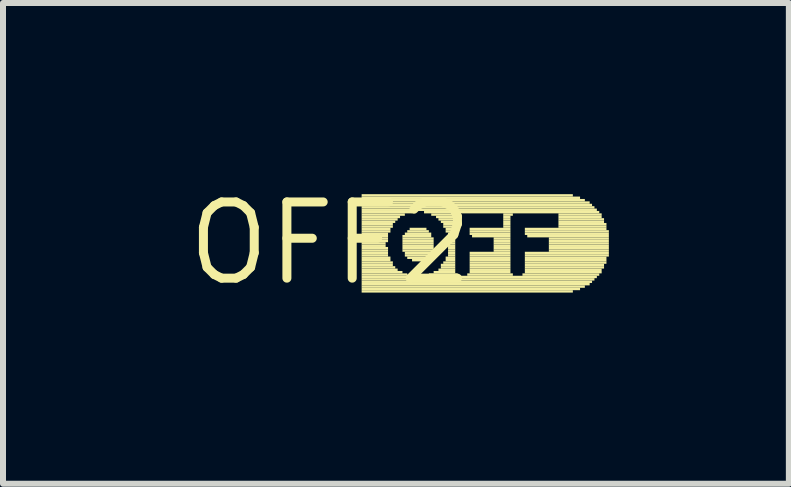
<source format=kicad_pcb>
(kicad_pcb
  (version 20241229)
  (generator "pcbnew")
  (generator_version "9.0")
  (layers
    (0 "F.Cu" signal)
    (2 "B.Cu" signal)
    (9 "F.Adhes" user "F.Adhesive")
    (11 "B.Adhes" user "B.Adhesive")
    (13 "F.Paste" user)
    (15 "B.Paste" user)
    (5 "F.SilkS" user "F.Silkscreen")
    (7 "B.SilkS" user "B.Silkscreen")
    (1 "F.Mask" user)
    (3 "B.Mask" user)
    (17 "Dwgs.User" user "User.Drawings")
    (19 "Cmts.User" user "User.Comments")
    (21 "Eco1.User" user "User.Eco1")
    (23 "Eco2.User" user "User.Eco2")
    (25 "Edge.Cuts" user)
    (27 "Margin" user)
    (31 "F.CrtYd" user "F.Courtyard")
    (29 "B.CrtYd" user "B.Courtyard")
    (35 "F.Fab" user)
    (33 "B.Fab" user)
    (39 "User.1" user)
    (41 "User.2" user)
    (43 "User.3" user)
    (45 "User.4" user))
  (footprint "OFF2"
    (layer "F.Cu")
    (at 2.457 1.006)
    (property "Reference" "OFF2" (at 0 0 0) (layer "F.SilkS") (effects (font (size 1.27 1.27) (thickness 0.15))))
    (fp_poly (pts (xy 0.52 -0.78) (xy 4.04 -0.78) (xy 4.04 -0.82) (xy 0.52 -0.82)) (stroke (width 0) (type default)) (fill yes) (layer "F.SilkS"))
    (fp_poly (pts (xy 0.52 -0.74) (xy 4.16 -0.74) (xy 4.16 -0.78) (xy 0.52 -0.78)) (stroke (width 0) (type default)) (fill yes) (layer "F.SilkS"))
    (fp_poly (pts (xy 0.52 -0.7) (xy 4.24 -0.7) (xy 4.24 -0.74) (xy 0.52 -0.74)) (stroke (width 0) (type default)) (fill yes) (layer "F.SilkS"))
    (fp_poly (pts (xy 0.52 -0.66) (xy 4.32 -0.66) (xy 4.32 -0.7) (xy 0.52 -0.7)) (stroke (width 0) (type default)) (fill yes) (layer "F.SilkS"))
    (fp_poly (pts (xy 0.52 -0.62) (xy 4.36 -0.62) (xy 4.36 -0.66) (xy 0.52 -0.66)) (stroke (width 0) (type default)) (fill yes) (layer "F.SilkS"))
    (fp_poly (pts (xy 0.52 -0.58) (xy 4.4 -0.58) (xy 4.4 -0.62) (xy 0.52 -0.62)) (stroke (width 0) (type default)) (fill yes) (layer "F.SilkS"))
    (fp_poly (pts (xy 0.52 -0.54) (xy 4.44 -0.54) (xy 4.44 -0.58) (xy 0.52 -0.58)) (stroke (width 0) (type default)) (fill yes) (layer "F.SilkS"))
    (fp_poly (pts (xy 0.52 -0.5) (xy 1.36 -0.5) (xy 1.36 -0.54) (xy 0.52 -0.54)) (stroke (width 0) (type default)) (fill yes) (layer "F.SilkS"))
    (fp_poly (pts (xy 0.52 -0.46) (xy 1.24 -0.46) (xy 1.24 -0.5) (xy 0.52 -0.5)) (stroke (width 0) (type default)) (fill yes) (layer "F.SilkS"))
    (fp_poly (pts (xy 0.52 -0.42) (xy 1.16 -0.42) (xy 1.16 -0.46) (xy 0.52 -0.46)) (stroke (width 0) (type default)) (fill yes) (layer "F.SilkS"))
    (fp_poly (pts (xy 0.52 -0.38) (xy 1.12 -0.38) (xy 1.12 -0.42) (xy 0.52 -0.42)) (stroke (width 0) (type default)) (fill yes) (layer "F.SilkS"))
    (fp_poly (pts (xy 0.52 -0.34) (xy 1.08 -0.34) (xy 1.08 -0.38) (xy 0.52 -0.38)) (stroke (width 0) (type default)) (fill yes) (layer "F.SilkS"))
    (fp_poly (pts (xy 0.52 -0.3) (xy 1.04 -0.3) (xy 1.04 -0.34) (xy 0.52 -0.34)) (stroke (width 0) (type default)) (fill yes) (layer "F.SilkS"))
    (fp_poly (pts (xy 0.52 -0.26) (xy 1.04 -0.26) (xy 1.04 -0.3) (xy 0.52 -0.3)) (stroke (width 0) (type default)) (fill yes) (layer "F.SilkS"))
    (fp_poly (pts (xy 0.52 -0.22) (xy 1 -0.22) (xy 1 -0.26) (xy 0.52 -0.26)) (stroke (width 0) (type default)) (fill yes) (layer "F.SilkS"))
    (fp_poly (pts (xy 0.52 -0.18) (xy 1 -0.18) (xy 1 -0.22) (xy 0.52 -0.22)) (stroke (width 0) (type default)) (fill yes) (layer "F.SilkS"))
    (fp_poly (pts (xy 0.52 -0.14) (xy 0.96 -0.14) (xy 0.96 -0.18) (xy 0.52 -0.18)) (stroke (width 0) (type default)) (fill yes) (layer "F.SilkS"))
    (fp_poly (pts (xy 0.52 -0.1) (xy 0.96 -0.1) (xy 0.96 -0.14) (xy 0.52 -0.14)) (stroke (width 0) (type default)) (fill yes) (layer "F.SilkS"))
    (fp_poly (pts (xy 0.52 -0.06) (xy 0.96 -0.06) (xy 0.96 -0.1) (xy 0.52 -0.1)) (stroke (width 0) (type default)) (fill yes) (layer "F.SilkS"))
    (fp_poly (pts (xy 0.52 -0.02) (xy 0.96 -0.02) (xy 0.96 -0.06) (xy 0.52 -0.06)) (stroke (width 0) (type default)) (fill yes) (layer "F.SilkS"))
    (fp_poly (pts (xy 0.52 0.02) (xy 0.92 0.02) (xy 0.92 -0.02) (xy 0.52 -0.02)) (stroke (width 0) (type default)) (fill yes) (layer "F.SilkS"))
    (fp_poly (pts (xy 0.52 0.06) (xy 0.92 0.06) (xy 0.92 0.02) (xy 0.52 0.02)) (stroke (width 0) (type default)) (fill yes) (layer "F.SilkS"))
    (fp_poly (pts (xy 0.52 0.1) (xy 0.96 0.1) (xy 0.96 0.06) (xy 0.52 0.06)) (stroke (width 0) (type default)) (fill yes) (layer "F.SilkS"))
    (fp_poly (pts (xy 0.52 0.14) (xy 0.96 0.14) (xy 0.96 0.1) (xy 0.52 0.1)) (stroke (width 0) (type default)) (fill yes) (layer "F.SilkS"))
    (fp_poly (pts (xy 0.52 0.18) (xy 0.96 0.18) (xy 0.96 0.14) (xy 0.52 0.14)) (stroke (width 0) (type default)) (fill yes) (layer "F.SilkS"))
    (fp_poly (pts (xy 0.52 0.22) (xy 0.96 0.22) (xy 0.96 0.18) (xy 0.52 0.18)) (stroke (width 0) (type default)) (fill yes) (layer "F.SilkS"))
    (fp_poly (pts (xy 0.52 0.26) (xy 1 0.26) (xy 1 0.22) (xy 0.52 0.22)) (stroke (width 0) (type default)) (fill yes) (layer "F.SilkS"))
    (fp_poly (pts (xy 0.52 0.3) (xy 1 0.3) (xy 1 0.26) (xy 0.52 0.26)) (stroke (width 0) (type default)) (fill yes) (layer "F.SilkS"))
    (fp_poly (pts (xy 0.52 0.34) (xy 1.04 0.34) (xy 1.04 0.3) (xy 0.52 0.3)) (stroke (width 0) (type default)) (fill yes) (layer "F.SilkS"))
    (fp_poly (pts (xy 0.52 0.38) (xy 1.04 0.38) (xy 1.04 0.34) (xy 0.52 0.34)) (stroke (width 0) (type default)) (fill yes) (layer "F.SilkS"))
    (fp_poly (pts (xy 0.52 0.42) (xy 1.08 0.42) (xy 1.08 0.38) (xy 0.52 0.38)) (stroke (width 0) (type default)) (fill yes) (layer "F.SilkS"))
    (fp_poly (pts (xy 0.52 0.46) (xy 1.12 0.46) (xy 1.12 0.42) (xy 0.52 0.42)) (stroke (width 0) (type default)) (fill yes) (layer "F.SilkS"))
    (fp_poly (pts (xy 0.52 0.5) (xy 1.2 0.5) (xy 1.2 0.46) (xy 0.52 0.46)) (stroke (width 0) (type default)) (fill yes) (layer "F.SilkS"))
    (fp_poly (pts (xy 0.52 0.54) (xy 1.28 0.54) (xy 1.28 0.5) (xy 0.52 0.5)) (stroke (width 0) (type default)) (fill yes) (layer "F.SilkS"))
    (fp_poly (pts (xy 0.52 0.58) (xy 4.44 0.58) (xy 4.44 0.54) (xy 0.52 0.54)) (stroke (width 0) (type default)) (fill yes) (layer "F.SilkS"))
    (fp_poly (pts (xy 0.52 0.62) (xy 4.4 0.62) (xy 4.4 0.58) (xy 0.52 0.58)) (stroke (width 0) (type default)) (fill yes) (layer "F.SilkS"))
    (fp_poly (pts (xy 0.52 0.66) (xy 4.36 0.66) (xy 4.36 0.62) (xy 0.52 0.62)) (stroke (width 0) (type default)) (fill yes) (layer "F.SilkS"))
    (fp_poly (pts (xy 0.52 0.7) (xy 4.32 0.7) (xy 4.32 0.66) (xy 0.52 0.66)) (stroke (width 0) (type default)) (fill yes) (layer "F.SilkS"))
    (fp_poly (pts (xy 0.52 0.74) (xy 4.24 0.74) (xy 4.24 0.7) (xy 0.52 0.7)) (stroke (width 0) (type default)) (fill yes) (layer "F.SilkS"))
    (fp_poly (pts (xy 0.52 0.78) (xy 4.16 0.78) (xy 4.16 0.74) (xy 0.52 0.74)) (stroke (width 0) (type default)) (fill yes) (layer "F.SilkS"))
    (fp_poly (pts (xy 0.52 0.82) (xy 4.04 0.82) (xy 4.04 0.78) (xy 0.52 0.78)) (stroke (width 0) (type default)) (fill yes) (layer "F.SilkS"))
    (fp_poly (pts (xy 1.2 -0.1) (xy 1.68 -0.1) (xy 1.68 -0.14) (xy 1.2 -0.14)) (stroke (width 0) (type default)) (fill yes) (layer "F.SilkS"))
    (fp_poly (pts (xy 1.2 -0.06) (xy 1.72 -0.06) (xy 1.72 -0.1) (xy 1.2 -0.1)) (stroke (width 0) (type default)) (fill yes) (layer "F.SilkS"))
    (fp_poly (pts (xy 1.2 -0.02) (xy 1.72 -0.02) (xy 1.72 -0.06) (xy 1.2 -0.06)) (stroke (width 0) (type default)) (fill yes) (layer "F.SilkS"))
    (fp_poly (pts (xy 1.2 0.02) (xy 1.72 0.02) (xy 1.72 -0.02) (xy 1.2 -0.02)) (stroke (width 0) (type default)) (fill yes) (layer "F.SilkS"))
    (fp_poly (pts (xy 1.2 0.06) (xy 1.72 0.06) (xy 1.72 0.02) (xy 1.2 0.02)) (stroke (width 0) (type default)) (fill yes) (layer "F.SilkS"))
    (fp_poly (pts (xy 1.2 0.1) (xy 1.72 0.1) (xy 1.72 0.06) (xy 1.2 0.06)) (stroke (width 0) (type default)) (fill yes) (layer "F.SilkS"))
    (fp_poly (pts (xy 1.2 0.14) (xy 1.72 0.14) (xy 1.72 0.1) (xy 1.2 0.1)) (stroke (width 0) (type default)) (fill yes) (layer "F.SilkS"))
    (fp_poly (pts (xy 1.24 -0.14) (xy 1.68 -0.14) (xy 1.68 -0.18) (xy 1.24 -0.18)) (stroke (width 0) (type default)) (fill yes) (layer "F.SilkS"))
    (fp_poly (pts (xy 1.24 0.18) (xy 1.68 0.18) (xy 1.68 0.14) (xy 1.24 0.14)) (stroke (width 0) (type default)) (fill yes) (layer "F.SilkS"))
    (fp_poly (pts (xy 1.24 0.22) (xy 1.68 0.22) (xy 1.68 0.18) (xy 1.24 0.18)) (stroke (width 0) (type default)) (fill yes) (layer "F.SilkS"))
    (fp_poly (pts (xy 1.28 -0.18) (xy 1.64 -0.18) (xy 1.64 -0.22) (xy 1.28 -0.22)) (stroke (width 0) (type default)) (fill yes) (layer "F.SilkS"))
    (fp_poly (pts (xy 1.28 0.26) (xy 1.64 0.26) (xy 1.64 0.22) (xy 1.28 0.22)) (stroke (width 0) (type default)) (fill yes) (layer "F.SilkS"))
    (fp_poly (pts (xy 1.32 -0.22) (xy 1.6 -0.22) (xy 1.6 -0.26) (xy 1.32 -0.26)) (stroke (width 0) (type default)) (fill yes) (layer "F.SilkS"))
    (fp_poly (pts (xy 1.36 0.3) (xy 1.56 0.3) (xy 1.56 0.26) (xy 1.36 0.26)) (stroke (width 0) (type default)) (fill yes) (layer "F.SilkS"))
    (fp_poly (pts (xy 1.56 -0.5) (xy 4.48 -0.5) (xy 4.48 -0.54) (xy 1.56 -0.54)) (stroke (width 0) (type default)) (fill yes) (layer "F.SilkS"))
    (fp_poly (pts (xy 1.64 0.54) (xy 2.12 0.54) (xy 2.12 0.5) (xy 1.64 0.5)) (stroke (width 0) (type default)) (fill yes) (layer "F.SilkS"))
    (fp_poly (pts (xy 1.68 -0.46) (xy 2.12 -0.46) (xy 2.12 -0.5) (xy 1.68 -0.5)) (stroke (width 0) (type default)) (fill yes) (layer "F.SilkS"))
    (fp_poly (pts (xy 1.72 0.5) (xy 2.08 0.5) (xy 2.08 0.46) (xy 1.72 0.46)) (stroke (width 0) (type default)) (fill yes) (layer "F.SilkS"))
    (fp_poly (pts (xy 1.76 -0.42) (xy 2.08 -0.42) (xy 2.08 -0.46) (xy 1.76 -0.46)) (stroke (width 0) (type default)) (fill yes) (layer "F.SilkS"))
    (fp_poly (pts (xy 1.8 -0.38) (xy 2.08 -0.38) (xy 2.08 -0.42) (xy 1.8 -0.42)) (stroke (width 0) (type default)) (fill yes) (layer "F.SilkS"))
    (fp_poly (pts (xy 1.8 0.46) (xy 2.08 0.46) (xy 2.08 0.42) (xy 1.8 0.42)) (stroke (width 0) (type default)) (fill yes) (layer "F.SilkS"))
    (fp_poly (pts (xy 1.84 -0.34) (xy 2.08 -0.34) (xy 2.08 -0.38) (xy 1.84 -0.38)) (stroke (width 0) (type default)) (fill yes) (layer "F.SilkS"))
    (fp_poly (pts (xy 1.84 0.38) (xy 2.08 0.38) (xy 2.08 0.34) (xy 1.84 0.34)) (stroke (width 0) (type default)) (fill yes) (layer "F.SilkS"))
    (fp_poly (pts (xy 1.84 0.42) (xy 2.08 0.42) (xy 2.08 0.38) (xy 1.84 0.38)) (stroke (width 0) (type default)) (fill yes) (layer "F.SilkS"))
    (fp_poly (pts (xy 1.88 -0.3) (xy 2.08 -0.3) (xy 2.08 -0.34) (xy 1.88 -0.34)) (stroke (width 0) (type default)) (fill yes) (layer "F.SilkS"))
    (fp_poly (pts (xy 1.88 -0.26) (xy 2.08 -0.26) (xy 2.08 -0.3) (xy 1.88 -0.3)) (stroke (width 0) (type default)) (fill yes) (layer "F.SilkS"))
    (fp_poly (pts (xy 1.88 0.34) (xy 2.08 0.34) (xy 2.08 0.3) (xy 1.88 0.3)) (stroke (width 0) (type default)) (fill yes) (layer "F.SilkS"))
    (fp_poly (pts (xy 1.92 -0.22) (xy 2.08 -0.22) (xy 2.08 -0.26) (xy 1.92 -0.26)) (stroke (width 0) (type default)) (fill yes) (layer "F.SilkS"))
    (fp_poly (pts (xy 1.92 -0.18) (xy 2.08 -0.18) (xy 2.08 -0.22) (xy 1.92 -0.22)) (stroke (width 0) (type default)) (fill yes) (layer "F.SilkS"))
    (fp_poly (pts (xy 1.92 0.26) (xy 2.08 0.26) (xy 2.08 0.22) (xy 1.92 0.22)) (stroke (width 0) (type default)) (fill yes) (layer "F.SilkS"))
    (fp_poly (pts (xy 1.92 0.3) (xy 2.08 0.3) (xy 2.08 0.26) (xy 1.92 0.26)) (stroke (width 0) (type default)) (fill yes) (layer "F.SilkS"))
    (fp_poly (pts (xy 1.96 -0.14) (xy 2.08 -0.14) (xy 2.08 -0.18) (xy 1.96 -0.18)) (stroke (width 0) (type default)) (fill yes) (layer "F.SilkS"))
    (fp_poly (pts (xy 1.96 -0.1) (xy 2.08 -0.1) (xy 2.08 -0.14) (xy 1.96 -0.14)) (stroke (width 0) (type default)) (fill yes) (layer "F.SilkS"))
    (fp_poly (pts (xy 1.96 -0.06) (xy 2.08 -0.06) (xy 2.08 -0.1) (xy 1.96 -0.1)) (stroke (width 0) (type default)) (fill yes) (layer "F.SilkS"))
    (fp_poly (pts (xy 1.96 -0.02) (xy 2.08 -0.02) (xy 2.08 -0.06) (xy 1.96 -0.06)) (stroke (width 0) (type default)) (fill yes) (layer "F.SilkS"))
    (fp_poly (pts (xy 1.96 0.02) (xy 2.08 0.02) (xy 2.08 -0.02) (xy 1.96 -0.02)) (stroke (width 0) (type default)) (fill yes) (layer "F.SilkS"))
    (fp_poly (pts (xy 1.96 0.06) (xy 2.08 0.06) (xy 2.08 0.02) (xy 1.96 0.02)) (stroke (width 0) (type default)) (fill yes) (layer "F.SilkS"))
    (fp_poly (pts (xy 1.96 0.1) (xy 2.08 0.1) (xy 2.08 0.06) (xy 1.96 0.06)) (stroke (width 0) (type default)) (fill yes) (layer "F.SilkS"))
    (fp_poly (pts (xy 1.96 0.14) (xy 2.08 0.14) (xy 2.08 0.1) (xy 1.96 0.1)) (stroke (width 0) (type default)) (fill yes) (layer "F.SilkS"))
    (fp_poly (pts (xy 1.96 0.18) (xy 2.08 0.18) (xy 2.08 0.14) (xy 1.96 0.14)) (stroke (width 0) (type default)) (fill yes) (layer "F.SilkS"))
    (fp_poly (pts (xy 1.96 0.22) (xy 2.08 0.22) (xy 2.08 0.18) (xy 1.96 0.18)) (stroke (width 0) (type default)) (fill yes) (layer "F.SilkS"))
    (fp_poly (pts (xy 2.28 0.54) (xy 3.04 0.54) (xy 3.04 0.5) (xy 2.28 0.5)) (stroke (width 0) (type default)) (fill yes) (layer "F.SilkS"))
    (fp_poly (pts (xy 2.32 -0.22) (xy 3 -0.22) (xy 3 -0.26) (xy 2.32 -0.26)) (stroke (width 0) (type default)) (fill yes) (layer "F.SilkS"))
    (fp_poly (pts (xy 2.32 -0.18) (xy 3 -0.18) (xy 3 -0.22) (xy 2.32 -0.22)) (stroke (width 0) (type default)) (fill yes) (layer "F.SilkS"))
    (fp_poly (pts (xy 2.32 -0.14) (xy 3 -0.14) (xy 3 -0.18) (xy 2.32 -0.18)) (stroke (width 0) (type default)) (fill yes) (layer "F.SilkS"))
    (fp_poly (pts (xy 2.32 0.18) (xy 3 0.18) (xy 3 0.14) (xy 2.32 0.14)) (stroke (width 0) (type default)) (fill yes) (layer "F.SilkS"))
    (fp_poly (pts (xy 2.32 0.22) (xy 3 0.22) (xy 3 0.18) (xy 2.32 0.18)) (stroke (width 0) (type default)) (fill yes) (layer "F.SilkS"))
    (fp_poly (pts (xy 2.32 0.26) (xy 3 0.26) (xy 3 0.22) (xy 2.32 0.22)) (stroke (width 0) (type default)) (fill yes) (layer "F.SilkS"))
    (fp_poly (pts (xy 2.32 0.3) (xy 3 0.3) (xy 3 0.26) (xy 2.32 0.26)) (stroke (width 0) (type default)) (fill yes) (layer "F.SilkS"))
    (fp_poly (pts (xy 2.32 0.34) (xy 3 0.34) (xy 3 0.3) (xy 2.32 0.3)) (stroke (width 0) (type default)) (fill yes) (layer "F.SilkS"))
    (fp_poly (pts (xy 2.32 0.38) (xy 3 0.38) (xy 3 0.34) (xy 2.32 0.34)) (stroke (width 0) (type default)) (fill yes) (layer "F.SilkS"))
    (fp_poly (pts (xy 2.32 0.42) (xy 3 0.42) (xy 3 0.38) (xy 2.32 0.38)) (stroke (width 0) (type default)) (fill yes) (layer "F.SilkS"))
    (fp_poly (pts (xy 2.32 0.46) (xy 3 0.46) (xy 3 0.42) (xy 2.32 0.42)) (stroke (width 0) (type default)) (fill yes) (layer "F.SilkS"))
    (fp_poly (pts (xy 2.32 0.5) (xy 3 0.5) (xy 3 0.46) (xy 2.32 0.46)) (stroke (width 0) (type default)) (fill yes) (layer "F.SilkS"))
    (fp_poly (pts (xy 2.36 -0.1) (xy 3 -0.1) (xy 3 -0.14) (xy 2.36 -0.14)) (stroke (width 0) (type default)) (fill yes) (layer "F.SilkS"))
    (fp_poly (pts (xy 2.72 -0.06) (xy 3 -0.06) (xy 3 -0.1) (xy 2.72 -0.1)) (stroke (width 0) (type default)) (fill yes) (layer "F.SilkS"))
    (fp_poly (pts (xy 2.72 -0.02) (xy 3 -0.02) (xy 3 -0.06) (xy 2.72 -0.06)) (stroke (width 0) (type default)) (fill yes) (layer "F.SilkS"))
    (fp_poly (pts (xy 2.72 0.02) (xy 3 0.02) (xy 3 -0.02) (xy 2.72 -0.02)) (stroke (width 0) (type default)) (fill yes) (layer "F.SilkS"))
    (fp_poly (pts (xy 2.72 0.06) (xy 3 0.06) (xy 3 0.02) (xy 2.72 0.02)) (stroke (width 0) (type default)) (fill yes) (layer "F.SilkS"))
    (fp_poly (pts (xy 2.72 0.1) (xy 3 0.1) (xy 3 0.06) (xy 2.72 0.06)) (stroke (width 0) (type default)) (fill yes) (layer "F.SilkS"))
    (fp_poly (pts (xy 2.72 0.14) (xy 3 0.14) (xy 3 0.1) (xy 2.72 0.1)) (stroke (width 0) (type default)) (fill yes) (layer "F.SilkS"))
    (fp_poly (pts (xy 2.88 -0.46) (xy 3.04 -0.46) (xy 3.04 -0.5) (xy 2.88 -0.5)) (stroke (width 0) (type default)) (fill yes) (layer "F.SilkS"))
    (fp_poly (pts (xy 2.88 -0.42) (xy 3 -0.42) (xy 3 -0.46) (xy 2.88 -0.46)) (stroke (width 0) (type default)) (fill yes) (layer "F.SilkS"))
    (fp_poly (pts (xy 2.88 -0.38) (xy 3 -0.38) (xy 3 -0.42) (xy 2.88 -0.42)) (stroke (width 0) (type default)) (fill yes) (layer "F.SilkS"))
    (fp_poly (pts (xy 2.88 -0.34) (xy 3 -0.34) (xy 3 -0.38) (xy 2.88 -0.38)) (stroke (width 0) (type default)) (fill yes) (layer "F.SilkS"))
    (fp_poly (pts (xy 2.88 -0.3) (xy 3 -0.3) (xy 3 -0.34) (xy 2.88 -0.34)) (stroke (width 0) (type default)) (fill yes) (layer "F.SilkS"))
    (fp_poly (pts (xy 2.88 -0.26) (xy 3 -0.26) (xy 3 -0.3) (xy 2.88 -0.3)) (stroke (width 0) (type default)) (fill yes) (layer "F.SilkS"))
    (fp_poly (pts (xy 3.2 0.54) (xy 4.48 0.54) (xy 4.48 0.5) (xy 3.2 0.5)) (stroke (width 0) (type default)) (fill yes) (layer "F.SilkS"))
    (fp_poly (pts (xy 3.24 -0.22) (xy 4.6 -0.22) (xy 4.6 -0.26) (xy 3.24 -0.26)) (stroke (width 0) (type default)) (fill yes) (layer "F.SilkS"))
    (fp_poly (pts (xy 3.24 -0.18) (xy 4.64 -0.18) (xy 4.64 -0.22) (xy 3.24 -0.22)) (stroke (width 0) (type default)) (fill yes) (layer "F.SilkS"))
    (fp_poly (pts (xy 3.24 -0.14) (xy 4.64 -0.14) (xy 4.64 -0.18) (xy 3.24 -0.18)) (stroke (width 0) (type default)) (fill yes) (layer "F.SilkS"))
    (fp_poly (pts (xy 3.24 0.18) (xy 4.64 0.18) (xy 4.64 0.14) (xy 3.24 0.14)) (stroke (width 0) (type default)) (fill yes) (layer "F.SilkS"))
    (fp_poly (pts (xy 3.24 0.22) (xy 4.64 0.22) (xy 4.64 0.18) (xy 3.24 0.18)) (stroke (width 0) (type default)) (fill yes) (layer "F.SilkS"))
    (fp_poly (pts (xy 3.24 0.26) (xy 4.6 0.26) (xy 4.6 0.22) (xy 3.24 0.22)) (stroke (width 0) (type default)) (fill yes) (layer "F.SilkS"))
    (fp_poly (pts (xy 3.24 0.3) (xy 4.6 0.3) (xy 4.6 0.26) (xy 3.24 0.26)) (stroke (width 0) (type default)) (fill yes) (layer "F.SilkS"))
    (fp_poly (pts (xy 3.24 0.34) (xy 4.6 0.34) (xy 4.6 0.3) (xy 3.24 0.3)) (stroke (width 0) (type default)) (fill yes) (layer "F.SilkS"))
    (fp_poly (pts (xy 3.24 0.38) (xy 4.56 0.38) (xy 4.56 0.34) (xy 3.24 0.34)) (stroke (width 0) (type default)) (fill yes) (layer "F.SilkS"))
    (fp_poly (pts (xy 3.24 0.42) (xy 4.56 0.42) (xy 4.56 0.38) (xy 3.24 0.38)) (stroke (width 0) (type default)) (fill yes) (layer "F.SilkS"))
    (fp_poly (pts (xy 3.24 0.46) (xy 4.52 0.46) (xy 4.52 0.42) (xy 3.24 0.42)) (stroke (width 0) (type default)) (fill yes) (layer "F.SilkS"))
    (fp_poly (pts (xy 3.24 0.5) (xy 4.52 0.5) (xy 4.52 0.46) (xy 3.24 0.46)) (stroke (width 0) (type default)) (fill yes) (layer "F.SilkS"))
    (fp_poly (pts (xy 3.28 -0.1) (xy 4.64 -0.1) (xy 4.64 -0.14) (xy 3.28 -0.14)) (stroke (width 0) (type default)) (fill yes) (layer "F.SilkS"))
    (fp_poly (pts (xy 3.64 -0.06) (xy 4.64 -0.06) (xy 4.64 -0.1) (xy 3.64 -0.1)) (stroke (width 0) (type default)) (fill yes) (layer "F.SilkS"))
    (fp_poly (pts (xy 3.64 -0.02) (xy 4.64 -0.02) (xy 4.64 -0.06) (xy 3.64 -0.06)) (stroke (width 0) (type default)) (fill yes) (layer "F.SilkS"))
    (fp_poly (pts (xy 3.64 0.02) (xy 4.64 0.02) (xy 4.64 -0.02) (xy 3.64 -0.02)) (stroke (width 0) (type default)) (fill yes) (layer "F.SilkS"))
    (fp_poly (pts (xy 3.64 0.06) (xy 4.64 0.06) (xy 4.64 0.02) (xy 3.64 0.02)) (stroke (width 0) (type default)) (fill yes) (layer "F.SilkS"))
    (fp_poly (pts (xy 3.64 0.1) (xy 4.64 0.1) (xy 4.64 0.06) (xy 3.64 0.06)) (stroke (width 0) (type default)) (fill yes) (layer "F.SilkS"))
    (fp_poly (pts (xy 3.64 0.14) (xy 4.64 0.14) (xy 4.64 0.1) (xy 3.64 0.1)) (stroke (width 0) (type default)) (fill yes) (layer "F.SilkS"))
    (fp_poly (pts (xy 3.8 -0.46) (xy 4.52 -0.46) (xy 4.52 -0.5) (xy 3.8 -0.5)) (stroke (width 0) (type default)) (fill yes) (layer "F.SilkS"))
    (fp_poly (pts (xy 3.8 -0.42) (xy 4.52 -0.42) (xy 4.52 -0.46) (xy 3.8 -0.46)) (stroke (width 0) (type default)) (fill yes) (layer "F.SilkS"))
    (fp_poly (pts (xy 3.8 -0.38) (xy 4.56 -0.38) (xy 4.56 -0.42) (xy 3.8 -0.42)) (stroke (width 0) (type default)) (fill yes) (layer "F.SilkS"))
    (fp_poly (pts (xy 3.8 -0.34) (xy 4.56 -0.34) (xy 4.56 -0.38) (xy 3.8 -0.38)) (stroke (width 0) (type default)) (fill yes) (layer "F.SilkS"))
    (fp_poly (pts (xy 3.8 -0.3) (xy 4.6 -0.3) (xy 4.6 -0.34) (xy 3.8 -0.34)) (stroke (width 0) (type default)) (fill yes) (layer "F.SilkS"))
    (fp_poly (pts (xy 3.8 -0.26) (xy 4.6 -0.26) (xy 4.6 -0.3) (xy 3.8 -0.3)) (stroke (width 0) (type default)) (fill yes) (layer "F.SilkS")))
  (gr_rect
    (start -3 -3)
    (end 10.097 5.012)
    (stroke (width 0.1) (type default))
    (fill no)
    (layer "Edge.Cuts")))
</source>
